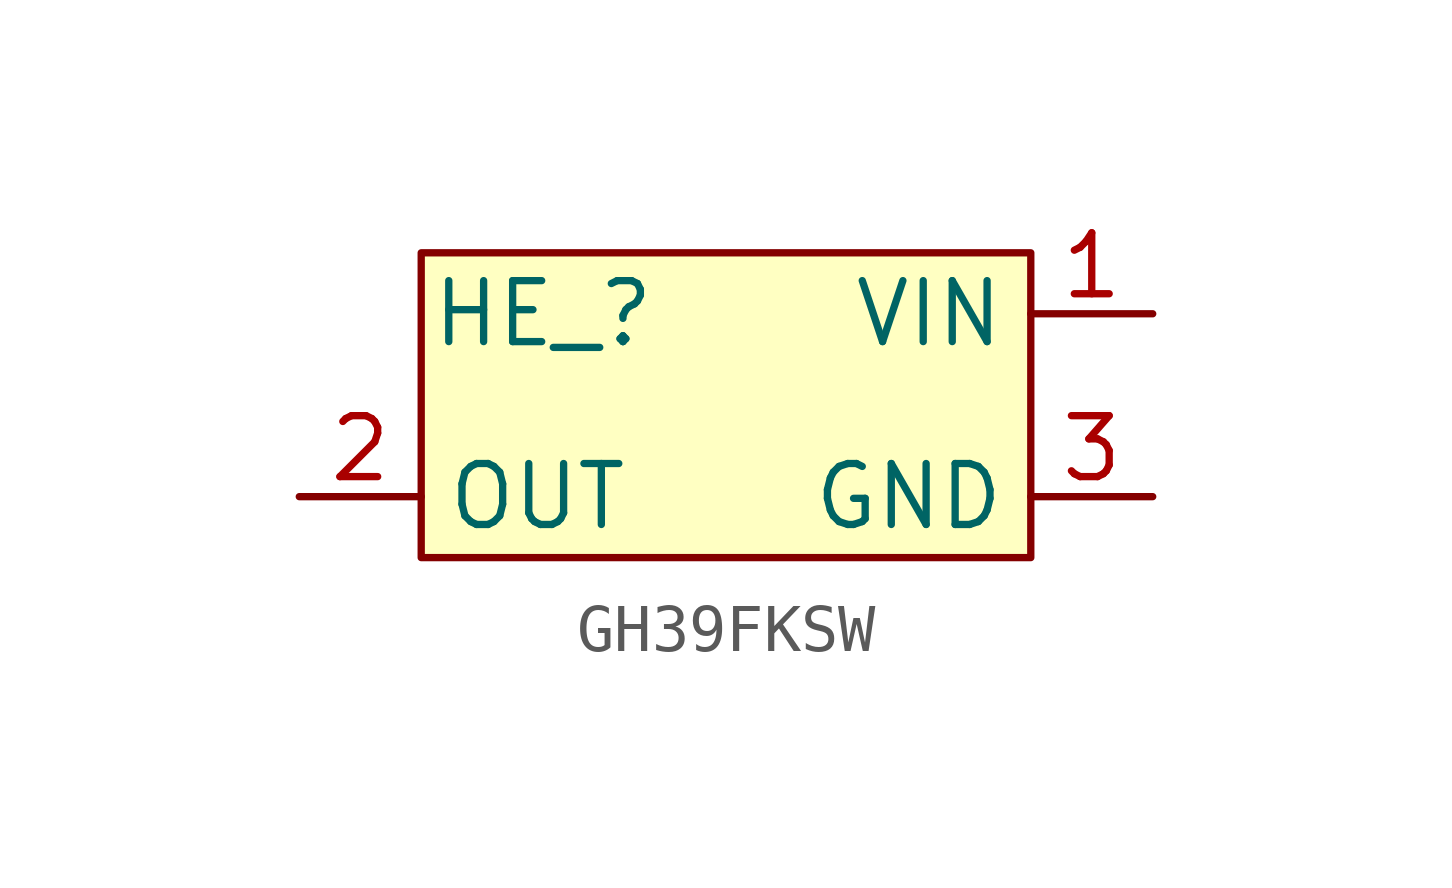
<source format=kicad_sym>
(kicad_symbol_lib
  (version 20241209)
  (generator "kicad_symbol_editor")
  (generator_version "9.0")
  (symbol "GH39FKSW"
    (property "Reference" "HE_"
      (at 0 0 0)
      (do_not_autoplace)
      (effects (font (size 1.27 1.27))))
    (property "Value" ""
      (at 0 0 0)
      (do_not_autoplace)
      (effects (font (size 1.27 1.27))))
    (symbol "GH39FKSW_1_1"
      (rectangle (start -2.54 1.27) (end 10.16 -5.08) (stroke (width 0) (type solid)) (fill (type background)))
      (pin output line (at -5.08 -3.81 0) (length 2.54) (name "OUT" (effects (font (size 1.27 1.27)))) (number "2" (effects (font (size 1.27 1.27)))))
      (pin input line (at 12.7 0 180) (length 2.54) (name "VIN" (effects (font (size 1.27 1.27)))) (number "1" (effects (font (size 1.27 1.27)))))
      (pin bidirectional line (at 12.7 -3.81 180) (length 2.54) (name "GND" (effects (font (size 1.27 1.27)))) (number "3" (effects (font (size 1.27 1.27))))))))
</source>
